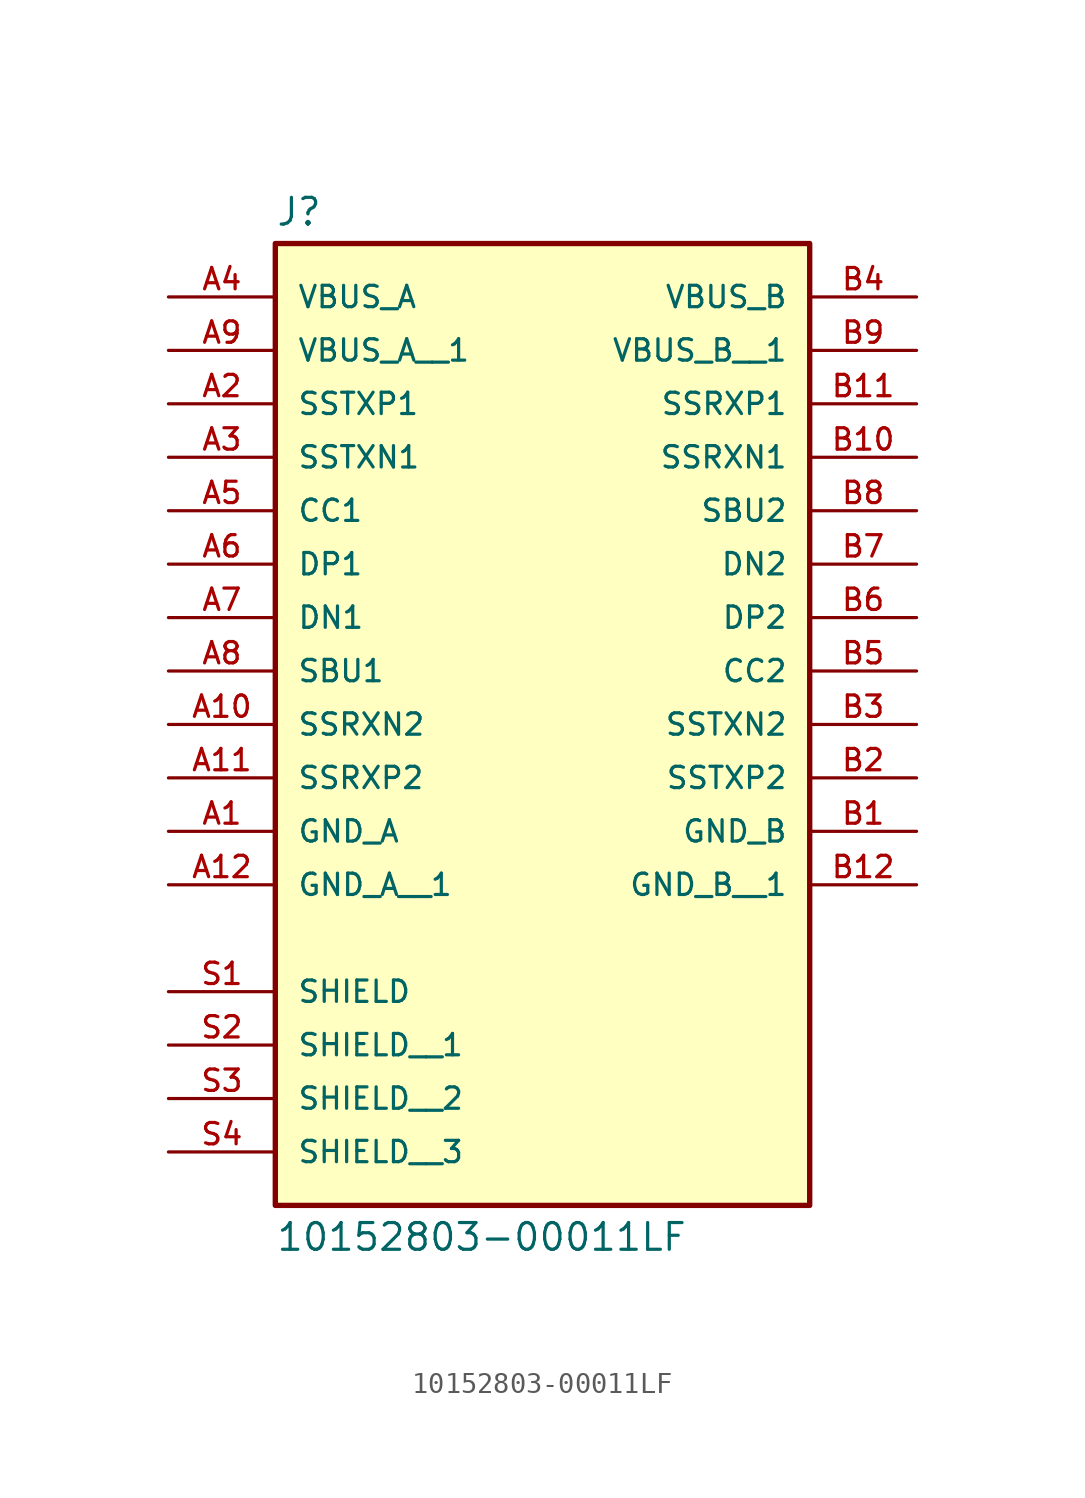
<source format=kicad_sym>
(kicad_symbol_lib
  (version 20211014)
  (generator kicad_symbol_editor)
  (symbol "10152803-00011LF"
    (pin_names
      (offset 1.016))
    (property "Reference" "J"
      (at -12.7 16.002 0)
      (effects (font (size 1.27 1.27)) (justify bottom left)))
    (property "Value" "10152803-00011LF"
      (at -12.7 -31.242 0)
      (effects (font (size 1.27 1.27)) (justify top left)))
    (symbol "10152803-00011LF_0_0"
      (rectangle (start -12.7 -30.48) (end 12.7 15.24) (stroke (width 0.254)) (fill (type background)))
      (pin power_in line (at 17.78 12.7 180.0) (length 5.08) (name "VBUS_B" (effects (font (size 1.016 1.016)))) (number "B4" (effects (font (size 1.016 1.016)))))
      (pin power_in line (at -17.78 -12.7 0) (length 5.08) (name "GND_A" (effects (font (size 1.016 1.016)))) (number "A1" (effects (font (size 1.016 1.016)))))
      (pin bidirectional line (at -17.78 2.54 0) (length 5.08) (name "CC1" (effects (font (size 1.016 1.016)))) (number "A5" (effects (font (size 1.016 1.016)))))
      (pin bidirectional line (at -17.78 -5.08 0) (length 5.08) (name "SBU1" (effects (font (size 1.016 1.016)))) (number "A8" (effects (font (size 1.016 1.016)))))
      (pin bidirectional line (at 17.78 -5.08 180.0) (length 5.08) (name "CC2" (effects (font (size 1.016 1.016)))) (number "B5" (effects (font (size 1.016 1.016)))))
      (pin bidirectional line (at 17.78 2.54 180.0) (length 5.08) (name "SBU2" (effects (font (size 1.016 1.016)))) (number "B8" (effects (font (size 1.016 1.016)))))
      (pin bidirectional line (at -17.78 0.0 0) (length 5.08) (name "DP1" (effects (font (size 1.016 1.016)))) (number "A6" (effects (font (size 1.016 1.016)))))
      (pin bidirectional line (at -17.78 -2.54 0) (length 5.08) (name "DN1" (effects (font (size 1.016 1.016)))) (number "A7" (effects (font (size 1.016 1.016)))))
      (pin bidirectional line (at 17.78 -2.54 180.0) (length 5.08) (name "DP2" (effects (font (size 1.016 1.016)))) (number "B6" (effects (font (size 1.016 1.016)))))
      (pin bidirectional line (at 17.78 0.0 180.0) (length 5.08) (name "DN2" (effects (font (size 1.016 1.016)))) (number "B7" (effects (font (size 1.016 1.016)))))
      (pin bidirectional line (at -17.78 7.62 0) (length 5.08) (name "SSTXP1" (effects (font (size 1.016 1.016)))) (number "A2" (effects (font (size 1.016 1.016)))))
      (pin bidirectional line (at -17.78 5.08 0) (length 5.08) (name "SSTXN1" (effects (font (size 1.016 1.016)))) (number "A3" (effects (font (size 1.016 1.016)))))
      (pin bidirectional line (at 17.78 -10.16 180.0) (length 5.08) (name "SSTXP2" (effects (font (size 1.016 1.016)))) (number "B2" (effects (font (size 1.016 1.016)))))
      (pin bidirectional line (at 17.78 -7.62 180.0) (length 5.08) (name "SSTXN2" (effects (font (size 1.016 1.016)))) (number "B3" (effects (font (size 1.016 1.016)))))
      (pin bidirectional line (at -17.78 -10.16 0) (length 5.08) (name "SSRXP2" (effects (font (size 1.016 1.016)))) (number "A11" (effects (font (size 1.016 1.016)))))
      (pin bidirectional line (at -17.78 -7.62 0) (length 5.08) (name "SSRXN2" (effects (font (size 1.016 1.016)))) (number "A10" (effects (font (size 1.016 1.016)))))
      (pin bidirectional line (at 17.78 7.62 180.0) (length 5.08) (name "SSRXP1" (effects (font (size 1.016 1.016)))) (number "B11" (effects (font (size 1.016 1.016)))))
      (pin bidirectional line (at 17.78 5.08 180.0) (length 5.08) (name "SSRXN1" (effects (font (size 1.016 1.016)))) (number "B10" (effects (font (size 1.016 1.016)))))
      (pin power_in line (at -17.78 12.7 0) (length 5.08) (name "VBUS_A" (effects (font (size 1.016 1.016)))) (number "A4" (effects (font (size 1.016 1.016)))))
      (pin power_in line (at 17.78 -12.7 180.0) (length 5.08) (name "GND_B" (effects (font (size 1.016 1.016)))) (number "B1" (effects (font (size 1.016 1.016)))))
      (pin passive line (at -17.78 -20.32 0) (length 5.08) (name "SHIELD" (effects (font (size 1.016 1.016)))) (number "S1" (effects (font (size 1.016 1.016)))))
      (pin power_in line (at -17.78 10.16 0) (length 5.08) (name "VBUS_A__1" (effects (font (size 1.016 1.016)))) (number "A9" (effects (font (size 1.016 1.016)))))
      (pin power_in line (at -17.78 -15.24 0) (length 5.08) (name "GND_A__1" (effects (font (size 1.016 1.016)))) (number "A12" (effects (font (size 1.016 1.016)))))
      (pin passive line (at -17.78 -22.86 0) (length 5.08) (name "SHIELD__1" (effects (font (size 1.016 1.016)))) (number "S2" (effects (font (size 1.016 1.016)))))
      (pin passive line (at -17.78 -25.4 0) (length 5.08) (name "SHIELD__2" (effects (font (size 1.016 1.016)))) (number "S3" (effects (font (size 1.016 1.016)))))
      (pin passive line (at -17.78 -27.94 0) (length 5.08) (name "SHIELD__3" (effects (font (size 1.016 1.016)))) (number "S4" (effects (font (size 1.016 1.016)))))
      (pin power_in line (at 17.78 10.16 180.0) (length 5.08) (name "VBUS_B__1" (effects (font (size 1.016 1.016)))) (number "B9" (effects (font (size 1.016 1.016)))))
      (pin power_in line (at 17.78 -15.24 180.0) (length 5.08) (name "GND_B__1" (effects (font (size 1.016 1.016)))) (number "B12" (effects (font (size 1.016 1.016))))))))
</source>
